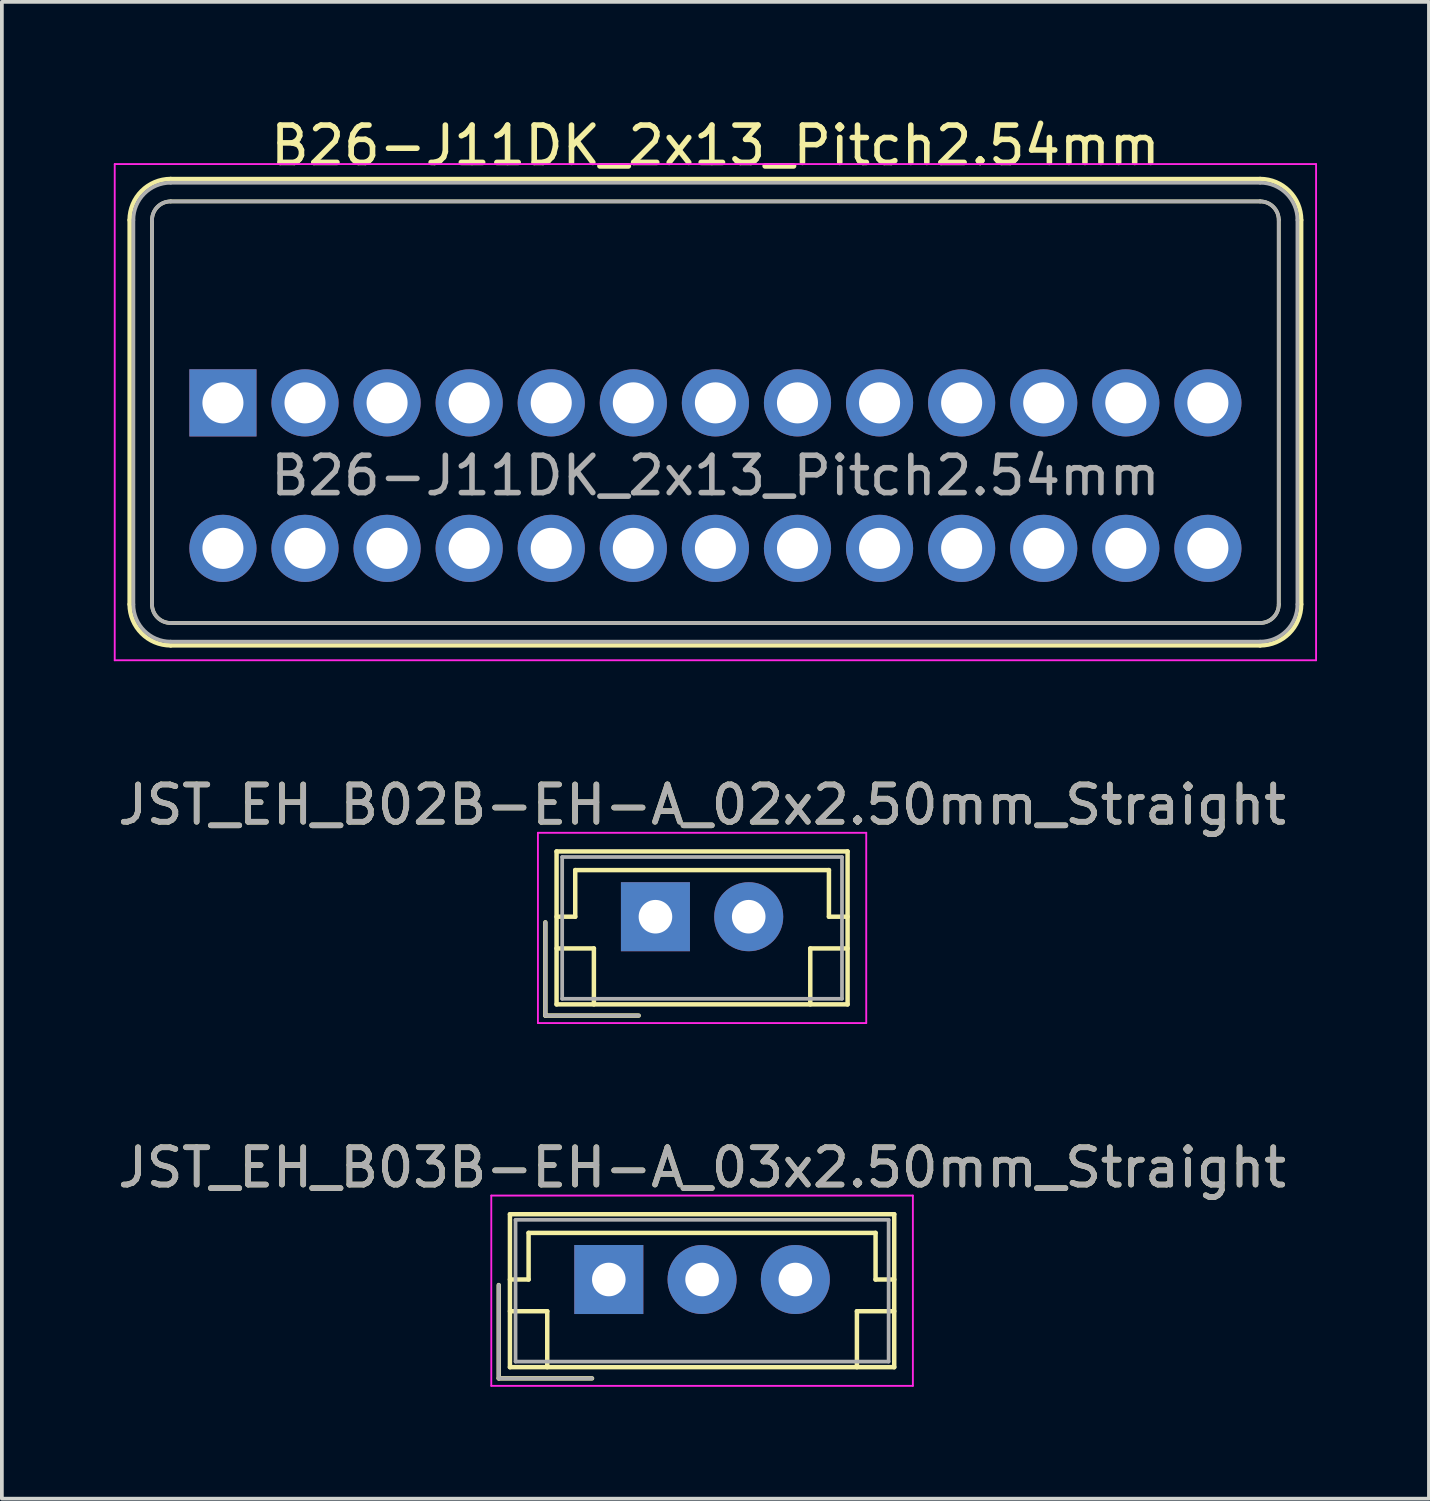
<source format=kicad_pcb>
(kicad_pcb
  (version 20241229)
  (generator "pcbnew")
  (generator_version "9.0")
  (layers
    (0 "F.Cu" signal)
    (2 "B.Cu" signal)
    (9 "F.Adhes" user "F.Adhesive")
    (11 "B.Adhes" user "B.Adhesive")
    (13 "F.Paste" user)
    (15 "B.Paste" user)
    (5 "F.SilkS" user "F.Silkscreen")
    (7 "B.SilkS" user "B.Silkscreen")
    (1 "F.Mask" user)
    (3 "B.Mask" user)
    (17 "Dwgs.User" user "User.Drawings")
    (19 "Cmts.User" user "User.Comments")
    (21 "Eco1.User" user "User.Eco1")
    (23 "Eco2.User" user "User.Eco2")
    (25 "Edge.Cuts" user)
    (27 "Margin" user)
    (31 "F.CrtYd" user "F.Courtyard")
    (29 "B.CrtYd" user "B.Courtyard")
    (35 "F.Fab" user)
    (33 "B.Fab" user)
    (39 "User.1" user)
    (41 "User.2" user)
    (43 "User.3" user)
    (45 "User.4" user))
  (footprint "B26-J11DK_2x13_Pitch2.54mm"
    (layer "F.Cu")
    (at 2.925 7.748)
    (property "Reference" "B26-J11DK_2x13_Pitch2.54mm" (at 13.2 -6.9 0) (layer "F.SilkS") (effects (font (size 1 1) (thickness 0.15))))
    (attr through_hole)
    (fp_line (start -2.5 -4.9) (end -2.5 5.4) (stroke (width 0.12) (type solid)) (layer "F.SilkS"))
    (fp_line (start -1.9 -4.9) (end -1.9 5.4) (stroke (width 0.1) (type solid)) (layer "F.SilkS"))
    (fp_line (start -1.4 -6) (end 27.8 -6) (stroke (width 0.12) (type solid)) (layer "F.SilkS"))
    (fp_line (start -1.4 -5.4) (end 27.8 -5.4) (stroke (width 0.1) (type solid)) (layer "F.SilkS"))
    (fp_line (start -1.4 5.9) (end 27.8 5.9) (stroke (width 0.1) (type solid)) (layer "F.SilkS"))
    (fp_line (start -1.4 6.5) (end 27.8 6.5) (stroke (width 0.12) (type solid)) (layer "F.SilkS"))
    (fp_line (start 28.3 -4.9) (end 28.3 5.4) (stroke (width 0.1) (type solid)) (layer "F.SilkS"))
    (fp_line (start 28.9 -4.9) (end 28.9 5.4) (stroke (width 0.12) (type solid)) (layer "F.SilkS"))
    (fp_arc (start -2.5 -4.9) (mid -2.177817 -5.677817) (end -1.4 -6) (stroke (width 0.12) (type solid)) (layer "F.SilkS"))
    (fp_arc (start -1.9 -4.9) (mid -1.753553 -5.253553) (end -1.4 -5.4) (stroke (width 0.1) (type solid)) (layer "F.SilkS"))
    (fp_arc (start -1.4 5.9) (mid -1.753553 5.753553) (end -1.9 5.4) (stroke (width 0.1) (type solid)) (layer "F.SilkS"))
    (fp_arc (start -1.4 6.5) (mid -2.177817 6.177817) (end -2.5 5.4) (stroke (width 0.12) (type solid)) (layer "F.SilkS"))
    (fp_arc (start 27.8 -6) (mid 28.577817 -5.677817) (end 28.9 -4.9) (stroke (width 0.12) (type solid)) (layer "F.SilkS"))
    (fp_arc (start 27.8 -5.4) (mid 28.153553 -5.253553) (end 28.3 -4.9) (stroke (width 0.1) (type solid)) (layer "F.SilkS"))
    (fp_arc (start 28.3 5.4) (mid 28.153553 5.753553) (end 27.8 5.9) (stroke (width 0.1) (type solid)) (layer "F.SilkS"))
    (fp_arc (start 28.9 5.4) (mid 28.577817 6.177817) (end 27.8 6.5) (stroke (width 0.12) (type solid)) (layer "F.SilkS"))
    (fp_line (start -2.9 -6.4) (end -2.9 6.9) (stroke (width 0.05) (type solid)) (layer "F.CrtYd"))
    (fp_line (start -2.9 6.9) (end 29.3 6.9) (stroke (width 0.05) (type solid)) (layer "F.CrtYd"))
    (fp_line (start 29.3 -6.4) (end -2.9 -6.4) (stroke (width 0.05) (type solid)) (layer "F.CrtYd"))
    (fp_line (start 29.3 6.9) (end 29.3 -6.4) (stroke (width 0.05) (type solid)) (layer "F.CrtYd"))
    (fp_line (start -2.4 -4.9) (end -2.4 5.4) (stroke (width 0.1) (type solid)) (layer "F.Fab"))
    (fp_line (start -1.9 -4.9) (end -1.9 5.4) (stroke (width 0.1) (type solid)) (layer "F.Fab"))
    (fp_line (start -1.4 -5.9) (end 27.8 -5.9) (stroke (width 0.1) (type solid)) (layer "F.Fab"))
    (fp_line (start -1.4 -5.4) (end 27.8 -5.4) (stroke (width 0.1) (type solid)) (layer "F.Fab"))
    (fp_line (start -1.4 5.9) (end 27.8 5.9) (stroke (width 0.1) (type solid)) (layer "F.Fab"))
    (fp_line (start -1.4 6.4) (end 27.8 6.4) (stroke (width 0.1) (type solid)) (layer "F.Fab"))
    (fp_line (start 28.3 -4.9) (end 28.3 5.4) (stroke (width 0.1) (type solid)) (layer "F.Fab"))
    (fp_line (start 28.8 -4.9) (end 28.8 5.4) (stroke (width 0.1) (type solid)) (layer "F.Fab"))
    (fp_arc (start -2.4 -4.9) (mid -2.107107 -5.607107) (end -1.4 -5.9) (stroke (width 0.1) (type solid)) (layer "F.Fab"))
    (fp_arc (start -1.9 -4.9) (mid -1.753553 -5.253553) (end -1.4 -5.4) (stroke (width 0.1) (type solid)) (layer "F.Fab"))
    (fp_arc (start -1.4 5.9) (mid -1.753553 5.753553) (end -1.9 5.4) (stroke (width 0.1) (type solid)) (layer "F.Fab"))
    (fp_arc (start -1.4 6.4) (mid -2.107107 6.107107) (end -2.4 5.4) (stroke (width 0.1) (type solid)) (layer "F.Fab"))
    (fp_arc (start 27.8 -5.9) (mid 28.507107 -5.607107) (end 28.8 -4.9) (stroke (width 0.1) (type solid)) (layer "F.Fab"))
    (fp_arc (start 27.8 -5.4) (mid 28.153553 -5.253553) (end 28.3 -4.9) (stroke (width 0.1) (type solid)) (layer "F.Fab"))
    (fp_arc (start 28.3 5.4) (mid 28.153553 5.753553) (end 27.8 5.9) (stroke (width 0.1) (type solid)) (layer "F.Fab"))
    (fp_arc (start 28.8 5.4) (mid 28.507107 6.107107) (end 27.8 6.4) (stroke (width 0.1) (type solid)) (layer "F.Fab"))
    (fp_text user "${REFERENCE}" (at 13.2 1.95 0) (layer "F.Fab") (effects (font (size 1 1) (thickness 0.15))))
    (pad "1" thru_hole rect (at 0 0) (size 1.8 1.8) (drill 1.1) (layers "*.Cu" "*.Mask"))
    (pad "2" thru_hole circle (at 0 3.9) (size 1.8 1.8) (drill 1.1) (layers "*.Cu" "*.Mask"))
    (pad "3" thru_hole circle (at 2.2 0) (size 1.8 1.8) (drill 1.1) (layers "*.Cu" "*.Mask"))
    (pad "4" thru_hole circle (at 2.2 3.9) (size 1.8 1.8) (drill 1.1) (layers "*.Cu" "*.Mask"))
    (pad "5" thru_hole circle (at 4.4 0) (size 1.8 1.8) (drill 1.1) (layers "*.Cu" "*.Mask"))
    (pad "6" thru_hole circle (at 4.4 3.9) (size 1.8 1.8) (drill 1.1) (layers "*.Cu" "*.Mask"))
    (pad "7" thru_hole circle (at 6.6 0) (size 1.8 1.8) (drill 1.1) (layers "*.Cu" "*.Mask"))
    (pad "8" thru_hole circle (at 6.6 3.9) (size 1.8 1.8) (drill 1.1) (layers "*.Cu" "*.Mask"))
    (pad "9" thru_hole circle (at 8.8 0) (size 1.8 1.8) (drill 1.1) (layers "*.Cu" "*.Mask"))
    (pad "10" thru_hole circle (at 8.8 3.9) (size 1.8 1.8) (drill 1.1) (layers "*.Cu" "*.Mask"))
    (pad "11" thru_hole circle (at 11 0) (size 1.8 1.8) (drill 1.1) (layers "*.Cu" "*.Mask"))
    (pad "12" thru_hole circle (at 11 3.9) (size 1.8 1.8) (drill 1.1) (layers "*.Cu" "*.Mask"))
    (pad "13" thru_hole circle (at 13.2 0) (size 1.8 1.8) (drill 1.1) (layers "*.Cu" "*.Mask"))
    (pad "14" thru_hole circle (at 13.2 3.9) (size 1.8 1.8) (drill 1.1) (layers "*.Cu" "*.Mask"))
    (pad "15" thru_hole circle (at 15.4 0) (size 1.8 1.8) (drill 1.1) (layers "*.Cu" "*.Mask"))
    (pad "16" thru_hole circle (at 15.4 3.9) (size 1.8 1.8) (drill 1.1) (layers "*.Cu" "*.Mask"))
    (pad "17" thru_hole circle (at 17.6 0) (size 1.8 1.8) (drill 1.1) (layers "*.Cu" "*.Mask"))
    (pad "18" thru_hole circle (at 17.6 3.9) (size 1.8 1.8) (drill 1.1) (layers "*.Cu" "*.Mask"))
    (pad "19" thru_hole circle (at 19.8 0) (size 1.8 1.8) (drill 1.1) (layers "*.Cu" "*.Mask"))
    (pad "20" thru_hole circle (at 19.8 3.9) (size 1.8 1.8) (drill 1.1) (layers "*.Cu" "*.Mask"))
    (pad "21" thru_hole circle (at 22 0) (size 1.8 1.8) (drill 1.1) (layers "*.Cu" "*.Mask"))
    (pad "22" thru_hole circle (at 22 3.9) (size 1.8 1.8) (drill 1.1) (layers "*.Cu" "*.Mask"))
    (pad "23" thru_hole circle (at 24.2 0) (size 1.8 1.8) (drill 1.1) (layers "*.Cu" "*.Mask"))
    (pad "24" thru_hole circle (at 24.2 3.9) (size 1.8 1.8) (drill 1.1) (layers "*.Cu" "*.Mask"))
    (pad "25" thru_hole circle (at 26.4 0) (size 1.8 1.8) (drill 1.1) (layers "*.Cu" "*.Mask"))
    (pad "26" thru_hole circle (at 26.4 3.9) (size 1.8 1.8) (drill 1.1) (layers "*.Cu" "*.Mask")))
  (footprint "JST_EH_B02B-EH-A_02x2.50mm_Straight"
    (layer "F.Cu")
    (at 14.518 21.521)
    (property "Reference" "JST_EH_B02B-EH-A_02x2.50mm_Straight" (at 1.25 -3 0) (layer "F.SilkS") (effects (font (size 1 1) (thickness 0.15))))
    (attr through_hole)
    (fp_line (start -2.95 0.15) (end -2.95 2.65) (stroke (width 0.12) (type solid)) (layer "F.SilkS"))
    (fp_line (start -2.95 2.65) (end -0.45 2.65) (stroke (width 0.12) (type solid)) (layer "F.SilkS"))
    (fp_line (start -2.65 -1.75) (end -2.65 2.35) (stroke (width 0.12) (type solid)) (layer "F.SilkS"))
    (fp_line (start -2.65 0) (end -2.15 0) (stroke (width 0.12) (type solid)) (layer "F.SilkS"))
    (fp_line (start -2.65 0.85) (end -1.65 0.85) (stroke (width 0.12) (type solid)) (layer "F.SilkS"))
    (fp_line (start -2.65 2.35) (end 5.15 2.35) (stroke (width 0.12) (type solid)) (layer "F.SilkS"))
    (fp_line (start -2.15 -1.25) (end 4.65 -1.25) (stroke (width 0.12) (type solid)) (layer "F.SilkS"))
    (fp_line (start -2.15 0) (end -2.15 -1.25) (stroke (width 0.12) (type solid)) (layer "F.SilkS"))
    (fp_line (start -1.65 0.85) (end -1.65 2.35) (stroke (width 0.12) (type solid)) (layer "F.SilkS"))
    (fp_line (start 4.15 0.85) (end 4.15 2.35) (stroke (width 0.12) (type solid)) (layer "F.SilkS"))
    (fp_line (start 4.65 -1.25) (end 4.65 0) (stroke (width 0.12) (type solid)) (layer "F.SilkS"))
    (fp_line (start 4.65 0) (end 5.15 0) (stroke (width 0.12) (type solid)) (layer "F.SilkS"))
    (fp_line (start 5.15 -1.75) (end -2.65 -1.75) (stroke (width 0.12) (type solid)) (layer "F.SilkS"))
    (fp_line (start 5.15 0.85) (end 4.15 0.85) (stroke (width 0.12) (type solid)) (layer "F.SilkS"))
    (fp_line (start 5.15 2.35) (end 5.15 -1.75) (stroke (width 0.12) (type solid)) (layer "F.SilkS"))
    (fp_line (start -3.15 -2.25) (end -3.15 2.85) (stroke (width 0.05) (type solid)) (layer "F.CrtYd"))
    (fp_line (start -3.15 2.85) (end 5.65 2.85) (stroke (width 0.05) (type solid)) (layer "F.CrtYd"))
    (fp_line (start 5.65 -2.25) (end -3.15 -2.25) (stroke (width 0.05) (type solid)) (layer "F.CrtYd"))
    (fp_line (start 5.65 2.85) (end 5.65 -2.25) (stroke (width 0.05) (type solid)) (layer "F.CrtYd"))
    (fp_line (start -2.95 0.15) (end -2.95 2.65) (stroke (width 0.1) (type solid)) (layer "F.Fab"))
    (fp_line (start -2.95 2.65) (end -0.45 2.65) (stroke (width 0.1) (type solid)) (layer "F.Fab"))
    (fp_line (start -2.5 -1.6) (end -2.5 2.2) (stroke (width 0.1) (type solid)) (layer "F.Fab"))
    (fp_line (start -2.5 2.2) (end 5 2.2) (stroke (width 0.1) (type solid)) (layer "F.Fab"))
    (fp_line (start 5 -1.6) (end -2.5 -1.6) (stroke (width 0.1) (type solid)) (layer "F.Fab"))
    (fp_line (start 5 2.2) (end 5 -1.6) (stroke (width 0.1) (type solid)) (layer "F.Fab"))
    (fp_text user "${REFERENCE}" (at 1.25 -3 0) (layer "F.Fab") (effects (font (size 1 1) (thickness 0.15))))
    (pad "1" thru_hole rect (at 0 0) (size 1.85 1.85) (drill 0.9) (layers "*.Cu" "*.Mask"))
    (pad "2" thru_hole circle (at 2.5 0) (size 1.85 1.85) (drill 0.9) (layers "*.Cu" "*.Mask")))
  (footprint "JST_EH_B03B-EH-A_03x2.50mm_Straight"
    (layer "F.Cu")
    (at 13.268 31.245)
    (property "Reference" "JST_EH_B03B-EH-A_03x2.50mm_Straight" (at 2.5 -3 0) (layer "F.SilkS") (effects (font (size 1 1) (thickness 0.15))))
    (attr through_hole)
    (fp_line (start -2.95 0.15) (end -2.95 2.65) (stroke (width 0.12) (type solid)) (layer "F.SilkS"))
    (fp_line (start -2.95 2.65) (end -0.45 2.65) (stroke (width 0.12) (type solid)) (layer "F.SilkS"))
    (fp_line (start -2.65 -1.75) (end -2.65 2.35) (stroke (width 0.12) (type solid)) (layer "F.SilkS"))
    (fp_line (start -2.65 0) (end -2.15 0) (stroke (width 0.12) (type solid)) (layer "F.SilkS"))
    (fp_line (start -2.65 0.85) (end -1.65 0.85) (stroke (width 0.12) (type solid)) (layer "F.SilkS"))
    (fp_line (start -2.65 2.35) (end 7.65 2.35) (stroke (width 0.12) (type solid)) (layer "F.SilkS"))
    (fp_line (start -2.15 -1.25) (end 7.15 -1.25) (stroke (width 0.12) (type solid)) (layer "F.SilkS"))
    (fp_line (start -2.15 0) (end -2.15 -1.25) (stroke (width 0.12) (type solid)) (layer "F.SilkS"))
    (fp_line (start -1.65 0.85) (end -1.65 2.35) (stroke (width 0.12) (type solid)) (layer "F.SilkS"))
    (fp_line (start 6.65 0.85) (end 6.65 2.35) (stroke (width 0.12) (type solid)) (layer "F.SilkS"))
    (fp_line (start 7.15 -1.25) (end 7.15 0) (stroke (width 0.12) (type solid)) (layer "F.SilkS"))
    (fp_line (start 7.15 0) (end 7.65 0) (stroke (width 0.12) (type solid)) (layer "F.SilkS"))
    (fp_line (start 7.65 -1.75) (end -2.65 -1.75) (stroke (width 0.12) (type solid)) (layer "F.SilkS"))
    (fp_line (start 7.65 0.85) (end 6.65 0.85) (stroke (width 0.12) (type solid)) (layer "F.SilkS"))
    (fp_line (start 7.65 2.35) (end 7.65 -1.75) (stroke (width 0.12) (type solid)) (layer "F.SilkS"))
    (fp_line (start -3.15 -2.25) (end -3.15 2.85) (stroke (width 0.05) (type solid)) (layer "F.CrtYd"))
    (fp_line (start -3.15 2.85) (end 8.15 2.85) (stroke (width 0.05) (type solid)) (layer "F.CrtYd"))
    (fp_line (start 8.15 -2.25) (end -3.15 -2.25) (stroke (width 0.05) (type solid)) (layer "F.CrtYd"))
    (fp_line (start 8.15 2.85) (end 8.15 -2.25) (stroke (width 0.05) (type solid)) (layer "F.CrtYd"))
    (fp_line (start -2.95 0.15) (end -2.95 2.65) (stroke (width 0.1) (type solid)) (layer "F.Fab"))
    (fp_line (start -2.95 2.65) (end -0.45 2.65) (stroke (width 0.1) (type solid)) (layer "F.Fab"))
    (fp_line (start -2.5 -1.6) (end -2.5 2.2) (stroke (width 0.1) (type solid)) (layer "F.Fab"))
    (fp_line (start -2.5 2.2) (end 7.5 2.2) (stroke (width 0.1) (type solid)) (layer "F.Fab"))
    (fp_line (start 7.5 -1.6) (end -2.5 -1.6) (stroke (width 0.1) (type solid)) (layer "F.Fab"))
    (fp_line (start 7.5 2.2) (end 7.5 -1.6) (stroke (width 0.1) (type solid)) (layer "F.Fab"))
    (fp_text user "${REFERENCE}" (at 2.5 -3 0) (layer "F.Fab") (effects (font (size 1 1) (thickness 0.15))))
    (pad "1" thru_hole rect (at 0 0) (size 1.85 1.85) (drill 0.9) (layers "*.Cu" "*.Mask"))
    (pad "2" thru_hole circle (at 2.5 0) (size 1.85 1.85) (drill 0.9) (layers "*.Cu" "*.Mask"))
    (pad "3" thru_hole circle (at 5 0) (size 1.85 1.85) (drill 0.9) (layers "*.Cu" "*.Mask")))
  (gr_rect
    (start -3 -3)
    (end 35.25 37.12)
    (stroke (width 0.1) (type default))
    (fill no)
    (layer "Edge.Cuts")))
</source>
